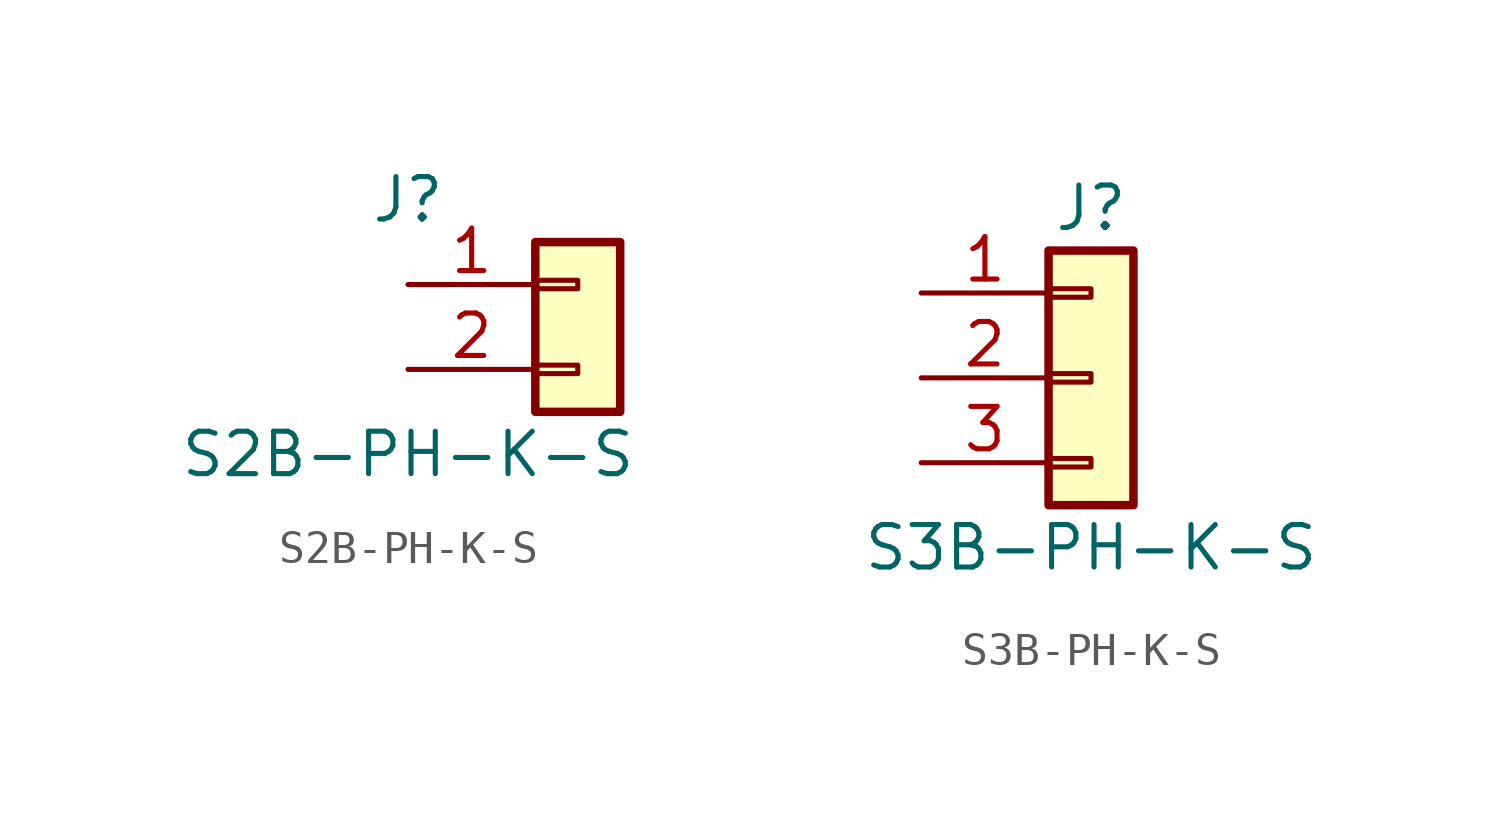
<source format=kicad_sym>
(kicad_symbol_lib
  (version 20241209)
  (generator "kicad_symbol_editor")
  (generator_version "9.0")
  (symbol "S2B-PH-K-S"
    (pin_names
      (offset 1.016)
      (hide yes))
    (property "Reference" "J"
      (at 0 2.54 0)
      (effects (font (size 1.27 1.27))))
    (property "Value" "S2B-PH-K-S"
      (at 0 -5.08 0)
      (effects (font (size 1.27 1.27))))
    (symbol "S2B-PH-K-S_1_1"
      (rectangle (start 3.81 1.27) (end 6.35 -3.81) (stroke (width 0.254) (type default)) (fill (type background)))
      (rectangle (start 3.81 0.127) (end 5.08 -0.127) (stroke (width 0.152) (type default)) (fill (type none)))
      (rectangle (start 3.81 -2.413) (end 5.08 -2.667) (stroke (width 0.152) (type default)) (fill (type none)))
      (pin passive line (at 0 0 0) (length 3.81) (name "Pin_1" (effects (font (size 1.27 1.27)))) (number "1" (effects (font (size 1.27 1.27)))))
      (pin passive line (at 0 -2.54 0) (length 3.81) (name "Pin_2" (effects (font (size 1.27 1.27)))) (number "2" (effects (font (size 1.27 1.27)))))))
  (symbol "S3B-PH-K-S"
    (pin_names
      (offset 1.016)
      (hide yes))
    (property "Reference" "J"
      (at 0 5.08 0)
      (effects (font (size 1.27 1.27))))
    (property "Value" "S3B-PH-K-S"
      (at 0 -5.08 0)
      (effects (font (size 1.27 1.27))))
    (symbol "S3B-PH-K-S_1_1"
      (rectangle (start -1.27 3.81) (end 1.27 -3.81) (stroke (width 0.254) (type default)) (fill (type background)))
      (rectangle (start -1.27 2.667) (end 0 2.413) (stroke (width 0.152) (type default)) (fill (type none)))
      (rectangle (start -1.27 0.127) (end 0 -0.127) (stroke (width 0.152) (type default)) (fill (type none)))
      (rectangle (start -1.27 -2.413) (end 0 -2.667) (stroke (width 0.152) (type default)) (fill (type none)))
      (pin passive line (at -5.08 2.54 0) (length 3.81) (name "Pin_1" (effects (font (size 1.27 1.27)))) (number "1" (effects (font (size 1.27 1.27)))))
      (pin passive line (at -5.08 0 0) (length 3.81) (name "Pin_2" (effects (font (size 1.27 1.27)))) (number "2" (effects (font (size 1.27 1.27)))))
      (pin passive line (at -5.08 -2.54 0) (length 3.81) (name "Pin_3" (effects (font (size 1.27 1.27)))) (number "3" (effects (font (size 1.27 1.27))))))))
</source>
